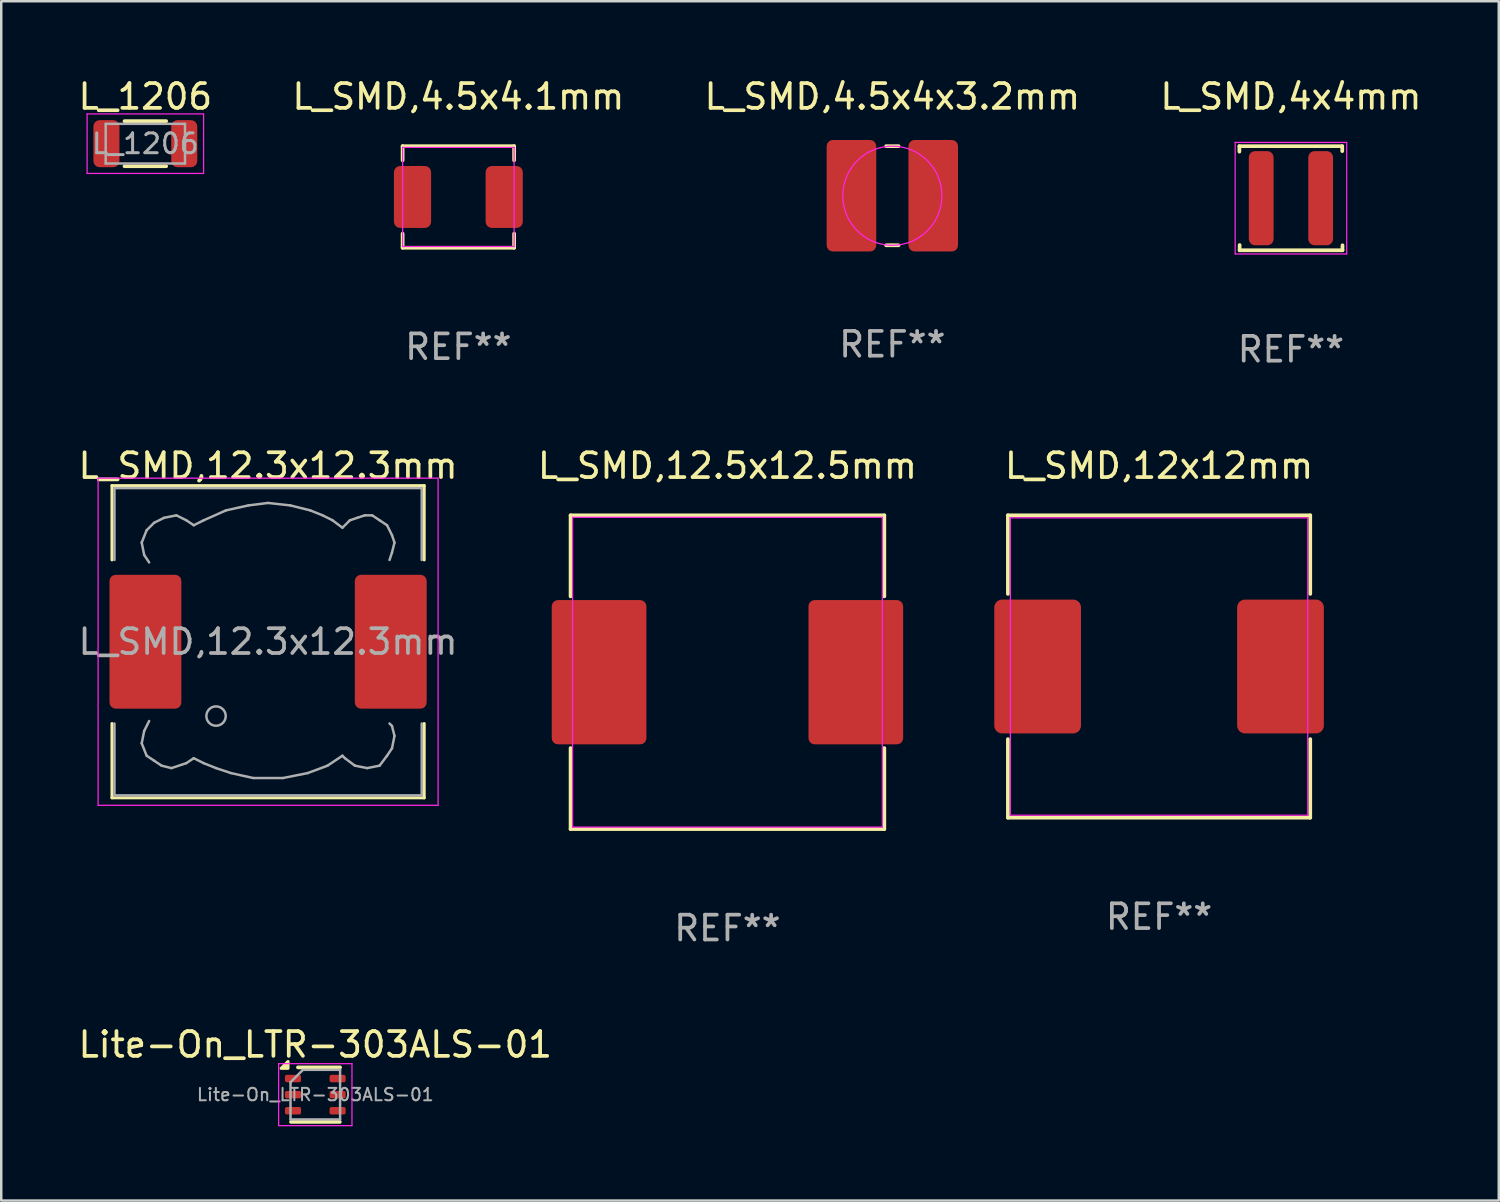
<source format=kicad_pcb>
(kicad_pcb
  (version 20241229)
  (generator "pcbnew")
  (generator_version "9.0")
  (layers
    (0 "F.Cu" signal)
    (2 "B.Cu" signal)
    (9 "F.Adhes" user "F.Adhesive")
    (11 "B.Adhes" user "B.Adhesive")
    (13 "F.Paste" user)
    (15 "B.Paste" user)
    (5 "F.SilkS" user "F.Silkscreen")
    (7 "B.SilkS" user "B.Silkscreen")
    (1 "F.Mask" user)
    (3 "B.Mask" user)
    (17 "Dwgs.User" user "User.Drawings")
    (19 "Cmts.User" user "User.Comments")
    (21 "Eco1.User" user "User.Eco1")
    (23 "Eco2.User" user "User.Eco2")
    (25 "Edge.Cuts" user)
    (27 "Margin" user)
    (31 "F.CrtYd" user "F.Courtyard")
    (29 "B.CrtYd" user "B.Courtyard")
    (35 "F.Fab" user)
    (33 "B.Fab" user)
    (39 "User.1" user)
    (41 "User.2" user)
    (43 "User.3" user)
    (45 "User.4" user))
  (footprint "L_SMD,12.3x12.3mm"
    (layer "F.Cu")
    (at 7.768 22.845)
    (property "Reference" "L_SMD,12.3x12.3mm" (at 0 -7.1 0) (layer "F.SilkS") (effects (font (size 1 1) (thickness 0.15))))
    (attr smd)
    (fp_line (start -6.3 -6.3) (end 6.3 -6.3) (stroke (width 0.12) (type solid)) (layer "F.SilkS"))
    (fp_line (start -6.3 -3.3) (end -6.3 -6.3) (stroke (width 0.12) (type solid)) (layer "F.SilkS"))
    (fp_line (start -6.3 6.3) (end -6.3 3.3) (stroke (width 0.12) (type solid)) (layer "F.SilkS"))
    (fp_line (start 6.3 -6.3) (end 6.3 -3.3) (stroke (width 0.12) (type solid)) (layer "F.SilkS"))
    (fp_line (start 6.3 3.3) (end 6.3 6.3) (stroke (width 0.12) (type solid)) (layer "F.SilkS"))
    (fp_line (start 6.3 6.3) (end -6.3 6.3) (stroke (width 0.12) (type solid)) (layer "F.SilkS"))
    (fp_line (start -6.86 -6.6) (end 6.86 -6.6) (stroke (width 0.05) (type solid)) (layer "F.CrtYd"))
    (fp_line (start -6.86 6.6) (end -6.86 -6.6) (stroke (width 0.05) (type solid)) (layer "F.CrtYd"))
    (fp_line (start 6.86 -6.6) (end 6.86 6.6) (stroke (width 0.05) (type solid)) (layer "F.CrtYd"))
    (fp_line (start 6.86 6.6) (end -6.86 6.6) (stroke (width 0.05) (type solid)) (layer "F.CrtYd"))
    (fp_line (start -6.2 -6.2) (end -6.2 -3.3) (stroke (width 0.1) (type solid)) (layer "F.Fab"))
    (fp_line (start -6.2 3.3) (end -6.2 6.2) (stroke (width 0.1) (type solid)) (layer "F.Fab"))
    (fp_line (start -6.2 6.2) (end 6.2 6.2) (stroke (width 0.1) (type solid)) (layer "F.Fab"))
    (fp_line (start -5.1 -4) (end -5 -3.5) (stroke (width 0.1) (type solid)) (layer "F.Fab"))
    (fp_line (start -5.1 4.1) (end -5 3.6) (stroke (width 0.1) (type solid)) (layer "F.Fab"))
    (fp_line (start -5 -3.5) (end -4.8 -3.2) (stroke (width 0.1) (type solid)) (layer "F.Fab"))
    (fp_line (start -5 3.6) (end -4.8 3.2) (stroke (width 0.1) (type solid)) (layer "F.Fab"))
    (fp_line (start -4.9 -4.5) (end -5.1 -4) (stroke (width 0.1) (type solid)) (layer "F.Fab"))
    (fp_line (start -4.9 4.6) (end -5.1 4.1) (stroke (width 0.1) (type solid)) (layer "F.Fab"))
    (fp_line (start -4.6 -4.8) (end -4.9 -4.5) (stroke (width 0.1) (type solid)) (layer "F.Fab"))
    (fp_line (start -4.6 4.8) (end -4.9 4.6) (stroke (width 0.1) (type solid)) (layer "F.Fab"))
    (fp_line (start -4.3 5) (end -4.6 4.8) (stroke (width 0.1) (type solid)) (layer "F.Fab"))
    (fp_line (start -4.2 -5) (end -4.6 -4.8) (stroke (width 0.1) (type solid)) (layer "F.Fab"))
    (fp_line (start -3.9 5.1) (end -4.3 5) (stroke (width 0.1) (type solid)) (layer "F.Fab"))
    (fp_line (start -3.7 -5.1) (end -4.2 -5) (stroke (width 0.1) (type solid)) (layer "F.Fab"))
    (fp_line (start -3.3 -4.9) (end -3.7 -5.1) (stroke (width 0.1) (type solid)) (layer "F.Fab"))
    (fp_line (start -3.3 4.9) (end -3.9 5.1) (stroke (width 0.1) (type solid)) (layer "F.Fab"))
    (fp_line (start -3 -4.7) (end -3.3 -4.9) (stroke (width 0.1) (type solid)) (layer "F.Fab"))
    (fp_line (start -3 4.7) (end -3.3 4.9) (stroke (width 0.1) (type solid)) (layer "F.Fab"))
    (fp_line (start -2.6 -4.9) (end -3 -4.7) (stroke (width 0.1) (type solid)) (layer "F.Fab"))
    (fp_line (start -2.6 4.9) (end -3 4.7) (stroke (width 0.1) (type solid)) (layer "F.Fab"))
    (fp_line (start -2.1 5.1) (end -2.6 4.9) (stroke (width 0.1) (type solid)) (layer "F.Fab"))
    (fp_line (start -1.7 -5.3) (end -2.6 -4.9) (stroke (width 0.1) (type solid)) (layer "F.Fab"))
    (fp_line (start -1.5 5.3) (end -2.1 5.1) (stroke (width 0.1) (type solid)) (layer "F.Fab"))
    (fp_line (start -0.8 -5.5) (end -1.7 -5.3) (stroke (width 0.1) (type solid)) (layer "F.Fab"))
    (fp_line (start -0.6 5.5) (end -1.5 5.3) (stroke (width 0.1) (type solid)) (layer "F.Fab"))
    (fp_line (start 0 -5.6) (end -0.8 -5.5) (stroke (width 0.1) (type solid)) (layer "F.Fab"))
    (fp_line (start 0.6 5.5) (end -0.6 5.5) (stroke (width 0.1) (type solid)) (layer "F.Fab"))
    (fp_line (start 0.9 -5.5) (end 0 -5.6) (stroke (width 0.1) (type solid)) (layer "F.Fab"))
    (fp_line (start 1.6 5.3) (end 0.6 5.5) (stroke (width 0.1) (type solid)) (layer "F.Fab"))
    (fp_line (start 1.7 -5.3) (end 0.9 -5.5) (stroke (width 0.1) (type solid)) (layer "F.Fab"))
    (fp_line (start 2.2 -5.1) (end 1.7 -5.3) (stroke (width 0.1) (type solid)) (layer "F.Fab"))
    (fp_line (start 2.4 5) (end 1.6 5.3) (stroke (width 0.1) (type solid)) (layer "F.Fab"))
    (fp_line (start 2.6 -4.9) (end 2.2 -5.1) (stroke (width 0.1) (type solid)) (layer "F.Fab"))
    (fp_line (start 3 -4.6) (end 2.6 -4.9) (stroke (width 0.1) (type solid)) (layer "F.Fab"))
    (fp_line (start 3 4.6) (end 2.4 5) (stroke (width 0.1) (type solid)) (layer "F.Fab"))
    (fp_line (start 3.1 4.7) (end 3 4.6) (stroke (width 0.1) (type solid)) (layer "F.Fab"))
    (fp_line (start 3.3 -4.9) (end 3 -4.6) (stroke (width 0.1) (type solid)) (layer "F.Fab"))
    (fp_line (start 3.5 5) (end 3.1 4.7) (stroke (width 0.1) (type solid)) (layer "F.Fab"))
    (fp_line (start 3.6 -5) (end 3.3 -4.9) (stroke (width 0.1) (type solid)) (layer "F.Fab"))
    (fp_line (start 3.9 -5.1) (end 3.6 -5) (stroke (width 0.1) (type solid)) (layer "F.Fab"))
    (fp_line (start 4 5.1) (end 3.5 5) (stroke (width 0.1) (type solid)) (layer "F.Fab"))
    (fp_line (start 4.2 -5.1) (end 3.9 -5.1) (stroke (width 0.1) (type solid)) (layer "F.Fab"))
    (fp_line (start 4.5 -4.9) (end 4.2 -5.1) (stroke (width 0.1) (type solid)) (layer "F.Fab"))
    (fp_line (start 4.5 5) (end 4 5.1) (stroke (width 0.1) (type solid)) (layer "F.Fab"))
    (fp_line (start 4.8 -4.7) (end 4.5 -4.9) (stroke (width 0.1) (type solid)) (layer "F.Fab"))
    (fp_line (start 4.8 4.6) (end 4.5 5) (stroke (width 0.1) (type solid)) (layer "F.Fab"))
    (fp_line (start 4.9 -3.3) (end 5 -3.6) (stroke (width 0.1) (type solid)) (layer "F.Fab"))
    (fp_line (start 4.9 3.3) (end 5 3.4) (stroke (width 0.1) (type solid)) (layer "F.Fab"))
    (fp_line (start 5 -4.3) (end 4.8 -4.7) (stroke (width 0.1) (type solid)) (layer "F.Fab"))
    (fp_line (start 5 -3.6) (end 5.1 -4) (stroke (width 0.1) (type solid)) (layer "F.Fab"))
    (fp_line (start 5 3.4) (end 5.1 3.8) (stroke (width 0.1) (type solid)) (layer "F.Fab"))
    (fp_line (start 5 4.3) (end 4.8 4.6) (stroke (width 0.1) (type solid)) (layer "F.Fab"))
    (fp_line (start 5.1 -4) (end 5 -4.3) (stroke (width 0.1) (type solid)) (layer "F.Fab"))
    (fp_line (start 5.1 3.8) (end 5 4.3) (stroke (width 0.1) (type solid)) (layer "F.Fab"))
    (fp_line (start 6.2 -6.2) (end -6.2 -6.2) (stroke (width 0.1) (type solid)) (layer "F.Fab"))
    (fp_line (start 6.2 -6.2) (end 6.2 -3.3) (stroke (width 0.1) (type solid)) (layer "F.Fab"))
    (fp_line (start 6.2 6.2) (end 6.2 3.3) (stroke (width 0.1) (type solid)) (layer "F.Fab"))
    (fp_circle (center -2.1 3) (end -1.8 3.25) (stroke (width 0.1) (type solid)) (fill no) (layer "F.Fab"))
    (fp_text user "${REFERENCE}" (at 0 0 0) (layer "F.Fab") (effects (font (size 1 1) (thickness 0.15))))
    (pad "1" smd roundrect (at -4.95 0) (size 2.9 5.4) (layers "F.Cu" "F.Mask" "F.Paste") (roundrect_rratio 0.086))
    (pad "2" smd roundrect (at 4.95 0) (size 2.9 5.4) (layers "F.Cu" "F.Mask" "F.Paste") (roundrect_rratio 0.086)))
  (footprint "L_SMD,4.5x4.1mm"
    (layer "F.Cu")
    (at 15.446 4.898)
    (property "Reference" "L_SMD,4.5x4.1mm" (at 0 -4.05 0) (layer "F.SilkS") (effects (font (size 1 1) (thickness 0.15))))
    (attr smd)
    (fp_line (start -2.25 -2.05) (end -2.25 -1.48) (stroke (width 0.15) (type solid)) (layer "F.SilkS"))
    (fp_line (start -2.25 -2.05) (end 2.25 -2.05) (stroke (width 0.15) (type solid)) (layer "F.SilkS"))
    (fp_line (start -2.25 1.48) (end -2.25 2.05) (stroke (width 0.15) (type solid)) (layer "F.SilkS"))
    (fp_line (start -2.25 2.05) (end 2.25 2.05) (stroke (width 0.15) (type solid)) (layer "F.SilkS"))
    (fp_line (start 2.25 -2.05) (end 2.25 -1.48) (stroke (width 0.15) (type solid)) (layer "F.SilkS"))
    (fp_line (start 2.25 1.48) (end 2.25 2.05) (stroke (width 0.15) (type solid)) (layer "F.SilkS"))
    (fp_line (start -2.25 -2) (end -2.25 2) (stroke (width 0.05) (type default)) (layer "F.CrtYd"))
    (fp_line (start -2.25 2) (end 2.25 2) (stroke (width 0.05) (type default)) (layer "F.CrtYd"))
    (fp_line (start 2.25 -2) (end -2.25 -2) (stroke (width 0.05) (type default)) (layer "F.CrtYd"))
    (fp_line (start 2.25 2) (end 2.25 -2) (stroke (width 0.05) (type default)) (layer "F.CrtYd"))
    (fp_text user "REF**" (at 0 6.05 0) (layer "F.Fab") (effects (font (size 1 1) (thickness 0.15))))
    (pad "1" smd roundrect (at -1.85 0 90) (size 2.5 1.5) (layers "F.Cu" "F.Mask" "F.Paste") (roundrect_rratio 0.167))
    (pad "2" smd roundrect (at 1.85 0 90) (size 2.5 1.5) (layers "F.Cu" "F.Mask" "F.Paste") (roundrect_rratio 0.167)))
  (footprint "L_SMD,12.5x12.5mm"
    (layer "F.Cu")
    (at 26.304 24.075)
    (property "Reference" "L_SMD,12.5x12.5mm" (at 0 -8.33 0) (layer "F.SilkS") (effects (font (size 1 1) (thickness 0.15))))
    (attr smd)
    (fp_line (start -6.33 -6.33) (end 6.33 -6.33) (stroke (width 0.15) (type solid)) (layer "F.SilkS"))
    (fp_line (start -6.33 -3.06) (end -6.33 -6.33) (stroke (width 0.15) (type solid)) (layer "F.SilkS"))
    (fp_line (start -6.33 3.06) (end -6.33 6.33) (stroke (width 0.15) (type solid)) (layer "F.SilkS"))
    (fp_line (start -6.33 6.33) (end 6.33 6.33) (stroke (width 0.15) (type solid)) (layer "F.SilkS"))
    (fp_line (start 6.33 -6.33) (end 6.33 -3.06) (stroke (width 0.15) (type solid)) (layer "F.SilkS"))
    (fp_line (start 6.33 6.33) (end 6.33 3.06) (stroke (width 0.15) (type solid)) (layer "F.SilkS"))
    (fp_line (start -6.25 -6.25) (end -6.25 6.25) (stroke (width 0.05) (type default)) (layer "F.CrtYd"))
    (fp_line (start -6.25 6.25) (end 6.25 6.25) (stroke (width 0.05) (type default)) (layer "F.CrtYd"))
    (fp_line (start 6.25 -6.25) (end -6.25 -6.25) (stroke (width 0.05) (type default)) (layer "F.CrtYd"))
    (fp_line (start 6.25 6.25) (end 6.25 -6.25) (stroke (width 0.05) (type default)) (layer "F.CrtYd"))
    (fp_text user "REF**" (at 0 10.33 0) (layer "F.Fab") (effects (font (size 1 1) (thickness 0.15))))
    (pad "1" smd roundrect (at 5.18 0) (size 3.82 5.82) (layers "F.Cu" "F.Mask" "F.Paste") (roundrect_rratio 0.065))
    (pad "2" smd roundrect (at -5.18 0) (size 3.82 5.82) (layers "F.Cu" "F.Mask" "F.Paste") (roundrect_rratio 0.065)))
  (footprint "Lite-On_LTR-303ALS-01"
    (layer "F.Cu")
    (at 9.673 41.121)
    (property "Reference" "Lite-On_LTR-303ALS-01" (at 0 -2.02 0) (layer "F.SilkS") (effects (font (size 1 1) (thickness 0.15))))
    (attr smd)
    (fp_line (start -0.98 1.1) (end 0.99 1.1) (stroke (width 0.15) (type solid)) (layer "F.SilkS"))
    (fp_line (start -0.7 -1.1) (end 1 -1.1) (stroke (width 0.15) (type solid)) (layer "F.SilkS"))
    (fp_poly (pts (xy -1.1 -1.06) (xy -1.38 -1.06) (xy -1.1 -1.34) (xy -1.1 -1.06)) (stroke (width 0.12) (type solid)) (fill yes) (layer "F.SilkS"))
    (fp_line (start -1.48 -1.25) (end -1.48 1.25) (stroke (width 0.05) (type solid)) (layer "F.CrtYd"))
    (fp_line (start -1.48 1.25) (end 1.48 1.25) (stroke (width 0.05) (type solid)) (layer "F.CrtYd"))
    (fp_line (start 1.48 -1.25) (end -1.48 -1.25) (stroke (width 0.05) (type solid)) (layer "F.CrtYd"))
    (fp_line (start 1.48 1.25) (end 1.48 -1.25) (stroke (width 0.05) (type solid)) (layer "F.CrtYd"))
    (fp_line (start -1 -0.5) (end -0.5 -1) (stroke (width 0.1) (type solid)) (layer "F.Fab"))
    (fp_line (start -1 1) (end -1 -0.5) (stroke (width 0.1) (type solid)) (layer "F.Fab"))
    (fp_line (start -0.5 -1) (end 1 -1) (stroke (width 0.1) (type solid)) (layer "F.Fab"))
    (fp_line (start 1 -1) (end 1 1) (stroke (width 0.1) (type solid)) (layer "F.Fab"))
    (fp_line (start 1 1) (end -1 1) (stroke (width 0.1) (type solid)) (layer "F.Fab"))
    (fp_text user "${REFERENCE}" (at 0 0 0) (layer "F.Fab") (effects (font (size 0.5 0.5) (thickness 0.08))))
    (pad "1" smd roundrect (at -0.9 -0.65) (size 0.65 0.3) (layers "F.Cu" "F.Mask" "F.Paste") (roundrect_rratio 0.25))
    (pad "2" smd roundrect (at -0.9 0) (size 0.65 0.3) (layers "F.Cu" "F.Mask" "F.Paste") (roundrect_rratio 0.25))
    (pad "3" smd roundrect (at -0.9 0.65) (size 0.65 0.3) (layers "F.Cu" "F.Mask" "F.Paste") (roundrect_rratio 0.25))
    (pad "4" smd roundrect (at 0.9 0.65) (size 0.65 0.3) (layers "F.Cu" "F.Mask" "F.Paste") (roundrect_rratio 0.25))
    (pad "5" smd roundrect (at 0.9 0) (size 0.65 0.3) (layers "F.Cu" "F.Mask" "F.Paste") (roundrect_rratio 0.25))
    (pad "6" smd roundrect (at 0.9 -0.65) (size 0.65 0.3) (layers "F.Cu" "F.Mask" "F.Paste") (roundrect_rratio 0.25)))
  (footprint "L_SMD,12x12mm"
    (layer "F.Cu")
    (at 43.721 23.845)
    (property "Reference" "L_SMD,12x12mm" (at 0 -8.1 0) (layer "F.SilkS") (effects (font (size 1 1) (thickness 0.15))))
    (attr smd)
    (fp_line (start -6.1 -6.1) (end -6.1 -2.93) (stroke (width 0.15) (type solid)) (layer "F.SilkS"))
    (fp_line (start -6.1 2.93) (end -6.1 6.1) (stroke (width 0.15) (type solid)) (layer "F.SilkS"))
    (fp_line (start -6.1 6.1) (end 6.1 6.1) (stroke (width 0.15) (type solid)) (layer "F.SilkS"))
    (fp_line (start 6.1 -6.1) (end -6.1 -6.1) (stroke (width 0.15) (type solid)) (layer "F.SilkS"))
    (fp_line (start 6.1 -2.93) (end 6.1 -6.1) (stroke (width 0.15) (type solid)) (layer "F.SilkS"))
    (fp_line (start 6.1 6.1) (end 6.1 2.93) (stroke (width 0.15) (type solid)) (layer "F.SilkS"))
    (fp_line (start -6 -6) (end 6 -6) (stroke (width 0.05) (type default)) (layer "F.CrtYd"))
    (fp_line (start -6 6) (end -6 -6) (stroke (width 0.05) (type default)) (layer "F.CrtYd"))
    (fp_line (start 6 -6) (end 6 6) (stroke (width 0.05) (type default)) (layer "F.CrtYd"))
    (fp_line (start 6 6) (end -6 6) (stroke (width 0.05) (type default)) (layer "F.CrtYd"))
    (fp_text user "REF**" (at 0 10.1 0) (layer "F.Fab") (effects (font (size 1 1) (thickness 0.15))))
    (pad "1" smd roundrect (at 4.9 0 90) (size 5.4 3.5) (layers "F.Cu" "F.Mask" "F.Paste") (roundrect_rratio 0.089))
    (pad "2" smd roundrect (at -4.9 0 90) (size 5.4 3.5) (layers "F.Cu" "F.Mask" "F.Paste") (roundrect_rratio 0.089)))
  (footprint "L_SMD,4x4mm"
    (layer "F.Cu")
    (at 49.042 4.948)
    (property "Reference" "L_SMD,4x4mm" (at 0 -4.1 0) (layer "F.SilkS") (effects (font (size 1 1) (thickness 0.15))))
    (attr smd)
    (fp_line (start -2.08 -2.1) (end -2.08 -1.88) (stroke (width 0.15) (type solid)) (layer "F.SilkS"))
    (fp_line (start -2.07 1.89) (end -2.07 2.1) (stroke (width 0.15) (type solid)) (layer "F.SilkS"))
    (fp_line (start -2.07 2.1) (end 2.08 2.1) (stroke (width 0.15) (type solid)) (layer "F.SilkS"))
    (fp_line (start 2.07 -2.1) (end -2.08 -2.1) (stroke (width 0.15) (type solid)) (layer "F.SilkS"))
    (fp_line (start 2.07 -1.9) (end 2.07 -2.1) (stroke (width 0.15) (type solid)) (layer "F.SilkS"))
    (fp_line (start 2.08 2.1) (end 2.08 1.9) (stroke (width 0.15) (type solid)) (layer "F.SilkS"))
    (fp_line (start -2.25 -2.25) (end 2.25 -2.25) (stroke (width 0.05) (type default)) (layer "F.CrtYd"))
    (fp_line (start -2.25 2.25) (end -2.25 -2.25) (stroke (width 0.05) (type default)) (layer "F.CrtYd"))
    (fp_line (start 2.25 -2.25) (end 2.25 2.25) (stroke (width 0.05) (type default)) (layer "F.CrtYd"))
    (fp_line (start 2.25 2.25) (end -2.25 2.25) (stroke (width 0.05) (type default)) (layer "F.CrtYd"))
    (fp_text user "REF**" (at 0 6.1 0) (layer "F.Fab") (effects (font (size 1 1) (thickness 0.15))))
    (pad "1" smd roundrect (at -1.2 0) (size 1 3.8) (layers "F.Cu" "F.Mask" "F.Paste") (roundrect_rratio 0.25))
    (pad "2" smd roundrect (at 1.2 0) (size 1 3.8) (layers "F.Cu" "F.Mask" "F.Paste") (roundrect_rratio 0.25)))
  (footprint "L_1206"
    (layer "F.Cu")
    (at 2.815 2.748)
    (property "Reference" "L_1206" (at 0 -1.9 0) (layer "F.SilkS") (effects (font (size 1 1) (thickness 0.15))))
    (attr smd)
    (fp_line (start -0.84 -0.91) (end 0.84 -0.91) (stroke (width 0.15) (type solid)) (layer "F.SilkS"))
    (fp_line (start -0.84 0.91) (end 0.84 0.91) (stroke (width 0.15) (type solid)) (layer "F.SilkS"))
    (fp_line (start -2.35 -1.2) (end 2.35 -1.2) (stroke (width 0.05) (type solid)) (layer "F.CrtYd"))
    (fp_line (start -2.35 1.2) (end -2.35 -1.2) (stroke (width 0.05) (type solid)) (layer "F.CrtYd"))
    (fp_line (start 2.35 -1.2) (end 2.35 1.2) (stroke (width 0.05) (type solid)) (layer "F.CrtYd"))
    (fp_line (start 2.35 1.2) (end -2.35 1.2) (stroke (width 0.05) (type solid)) (layer "F.CrtYd"))
    (fp_line (start -1.6 -0.8) (end 1.6 -0.8) (stroke (width 0.1) (type solid)) (layer "F.Fab"))
    (fp_line (start -1.6 0.8) (end -1.6 -0.8) (stroke (width 0.1) (type solid)) (layer "F.Fab"))
    (fp_line (start 1.6 -0.8) (end 1.6 0.8) (stroke (width 0.1) (type solid)) (layer "F.Fab"))
    (fp_line (start 1.6 0.8) (end -1.6 0.8) (stroke (width 0.1) (type solid)) (layer "F.Fab"))
    (fp_text user "${REFERENCE}" (at 0 0 0) (layer "F.Fab") (effects (font (size 0.8 0.8) (thickness 0.12))))
    (pad "1" smd roundrect (at -1.57 0) (size 1.05 1.9) (layers "F.Cu" "F.Mask" "F.Paste") (roundrect_rratio 0.238))
    (pad "2" smd roundrect (at 1.57 0) (size 1.05 1.9) (layers "F.Cu" "F.Mask" "F.Paste") (roundrect_rratio 0.238)))
  (footprint "L_SMD,4.5x4x3.2mm"
    (layer "F.Cu")
    (at 32.958 4.848)
    (property "Reference" "L_SMD,4.5x4x3.2mm" (at 0 -4 0) (layer "F.SilkS") (effects (font (size 1 1) (thickness 0.15))))
    (attr smd)
    (fp_line (start -0.25 -2) (end 0.25 -2) (stroke (width 0.15) (type solid)) (layer "F.SilkS"))
    (fp_line (start -0.25 2) (end 0.25 2) (stroke (width 0.15) (type solid)) (layer "F.SilkS"))
    (fp_circle (center 0 0) (end 0 -2) (stroke (width 0.05) (type default)) (fill no) (layer "F.CrtYd"))
    (fp_text user "REF**" (at 0 6 0) (layer "F.Fab") (effects (font (size 1 1) (thickness 0.15))))
    (pad "1" smd roundrect (at -1.65 0 90) (size 4.5 2) (layers "F.Cu" "F.Mask" "F.Paste") (roundrect_rratio 0.125))
    (pad "2" smd roundrect (at 1.65 0 90) (size 4.5 2) (layers "F.Cu" "F.Mask" "F.Paste") (roundrect_rratio 0.125)))
  (gr_rect
    (start -3 -3)
    (end 57.429 45.396)
    (stroke (width 0.1) (type default))
    (fill no)
    (layer "Edge.Cuts")))
</source>
